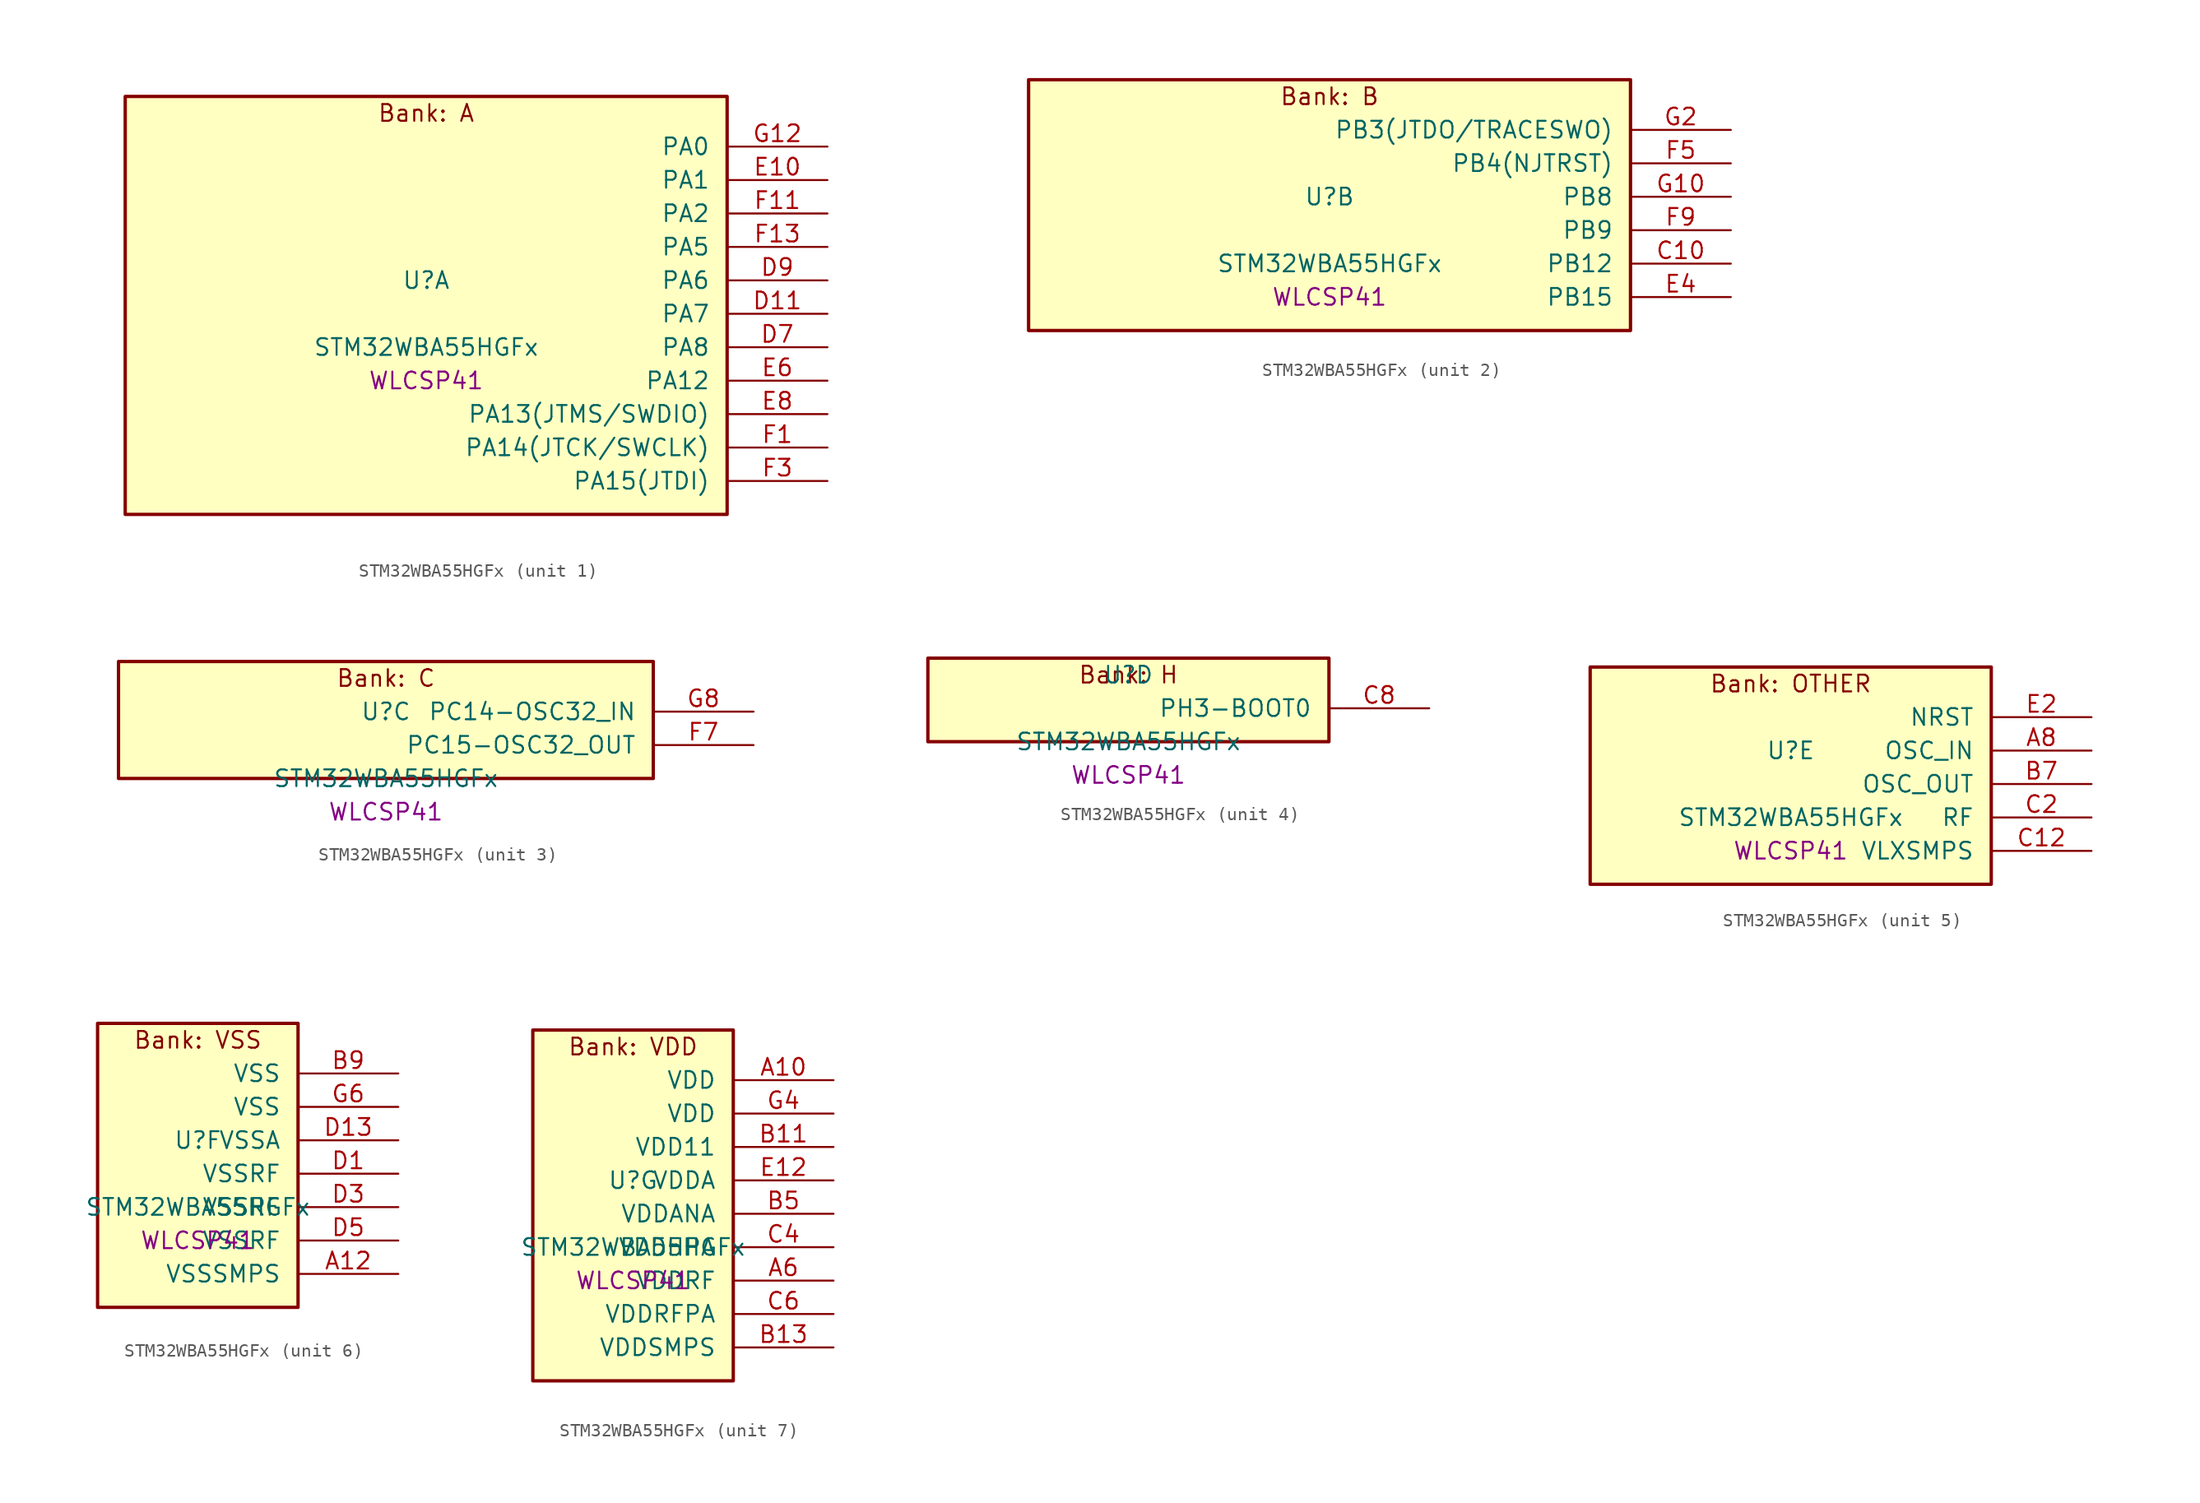
<source format=kicad_sym>
(kicad_symbol_lib
  (version 20241209)
  (generator "stm32_pkl_generator")
  (generator_version "1.0")
  (symbol "STM32WBA55HGFx"
    (pin_names
      (offset 1.27))
    (property "Reference" "U"
      (at 0 2.54 0))
    (property "Value" "STM32WBA55HGFx"
      (at 0 -2.54 0))
    (property "Footprint" "WLCSP41"
      (at 0 -5.08 0))
    (symbol "STM32WBA55HGFx_1_1"
      (rectangle (start -22.86 16.51) (end 22.86 -15.24) (stroke (width 0.254) (type solid)) (fill (type background)))
      (text "Bank: A" (at 0 15.24 0))
      (pin bidirectional line (at 30.48 12.7 180) (length 7.62) (name "PA0") (number "G12") (alternate "PA0/ADC4_IN9" bidirectional line) (alternate "PA0/COMP2_INP" bidirectional line) (alternate "PA0/LPTIM1_IN1" bidirectional line) (alternate "PA0/LPUART1_CTS" bidirectional line) (alternate "PA0/PWR_WKUP1" bidirectional line) (alternate "PA0/SPI3_SCK" bidirectional line) (alternate "PA0/TIM1_CH2N" bidirectional line) (alternate "PA0/TIM3_CH3" bidirectional line) (alternate "PA0/TIM3_ETR" bidirectional line) (alternate "PA0/TSC_G2_IO2" bidirectional line))
      (pin bidirectional line (at 30.48 10.16 180) (length 7.62) (name "PA1") (number "E10") (alternate "PA1/ADC4_IN8" bidirectional line) (alternate "PA1/COMP1_INM" bidirectional line) (alternate "PA1/LPTIM2_CH2" bidirectional line) (alternate "PA1/LPUART1_RX" bidirectional line) (alternate "PA1/PWR_WKUP3" bidirectional line) (alternate "PA1/SAI1_CK1" bidirectional line) (alternate "PA1/SPI1_RDY" bidirectional line) (alternate "PA1/TIM17_CH1" bidirectional line) (alternate "PA1/TIM1_CH1N" bidirectional line) (alternate "PA1/TIM3_CH2" bidirectional line) (alternate "PA1/TSC_G2_IO1" bidirectional line) (alternate "PA1/USART1_CK" bidirectional line))
      (pin bidirectional line (at 30.48 7.62 180) (length 7.62) (name "PA2") (number "F11") (alternate "PA2/ADC4_IN7" bidirectional line) (alternate "PA2/COMP1_INP" bidirectional line) (alternate "PA2/LPUART1_TX" bidirectional line) (alternate "PA2/PWR_WKUP4" bidirectional line) (alternate "PA2/RCC_LSCO" bidirectional line) (alternate "PA2/SAI1_D1" bidirectional line) (alternate "PA2/TIM16_CH1" bidirectional line) (alternate "PA2/TIM1_BKIN" bidirectional line) (alternate "PA2/TIM3_CH1" bidirectional line) (alternate "PA2/TSC_G4_IO4" bidirectional line) (alternate "PA2/USART1_DE" bidirectional line) (alternate "PA2/USART1_RTS" bidirectional line))
      (pin bidirectional line (at 30.48 5.08 180) (length 7.62) (name "PA5") (number "F13") (alternate "PA5/ADC4_IN4" bidirectional line) (alternate "PA5/AUDIOCLK" bidirectional line) (alternate "PA5/LPTIM2_ETR" bidirectional line) (alternate "PA5/PWR_CSLEEP" bidirectional line) (alternate "PA5/PWR_WKUP6" bidirectional line) (alternate "PA5/SAI1_D2" bidirectional line) (alternate "PA5/SPI3_NSS" bidirectional line) (alternate "PA5/TIM2_CH1" bidirectional line) (alternate "PA5/TIM2_ETR" bidirectional line) (alternate "PA5/TSC_G1_IO4" bidirectional line) (alternate "PA5/USART1_CK" bidirectional line))
      (pin bidirectional line (at 30.48 2.54 180) (length 7.62) (name "PA6") (number "D9") (alternate "PA6/ADC4_IN3" bidirectional line) (alternate "PA6/I2C3_SCL" bidirectional line) (alternate "PA6/PWR_CSTOP" bidirectional line) (alternate "PA6/PWR_WKUP7" bidirectional line) (alternate "PA6/SAI1_CK2" bidirectional line) (alternate "PA6/SAI1_MCLK_A" bidirectional line) (alternate "PA6/SPI3_RDY" bidirectional line) (alternate "PA6/TIM2_CH4" bidirectional line) (alternate "PA6/TSC_G1_IO3" bidirectional line) (alternate "PA6/USART1_DE" bidirectional line) (alternate "PA6/USART1_RTS" bidirectional line))
      (pin bidirectional line (at 30.48 0 180) (length 7.62) (name "PA7") (number "D11") (alternate "PA7/ADC4_IN2" bidirectional line) (alternate "PA7/COMP1_OUT" bidirectional line) (alternate "PA7/I2C3_SDA" bidirectional line) (alternate "PA7/PWR_WKUP8" bidirectional line) (alternate "PA7/SAI1_SCK_A" bidirectional line) (alternate "PA7/TAMP_IN1" bidirectional line) (alternate "PA7/TAMP_OUT2" bidirectional line) (alternate "PA7/TIM2_CH3" bidirectional line) (alternate "PA7/TSC_G1_IO2" bidirectional line) (alternate "PA7/USART1_CTS" bidirectional line))
      (pin bidirectional line (at 30.48 -2.54 180) (length 7.62) (name "PA8") (number "D7") (alternate "PA8/ADC4_IN1" bidirectional line) (alternate "PA8/LPTIM1_CH2" bidirectional line) (alternate "PA8/RCC_MCO" bidirectional line) (alternate "PA8/SAI1_FS_A" bidirectional line) (alternate "PA8/SPI3_RDY" bidirectional line) (alternate "PA8/TIM2_CH2" bidirectional line) (alternate "PA8/TSC_G1_IO1" bidirectional line) (alternate "PA8/USART1_RX" bidirectional line))
      (pin bidirectional line (at 30.48 -5.08 180) (length 7.62) (name "PA12") (number "E6") (alternate "PA12/COMP2_OUT" bidirectional line) (alternate "PA12/PTA_STATUS" bidirectional line) (alternate "PA12/PWR_WKUP6" bidirectional line) (alternate "PA12/RF_ANTSW0" bidirectional line) (alternate "PA12/SPI1_NSS" bidirectional line) (alternate "PA12/TIM1_CH2" bidirectional line) (alternate "PA12/TSC_G3_IO4" bidirectional line) (alternate "PA12/USART2_TX" bidirectional line))
      (pin bidirectional line (at 30.48 -7.62 180) (length 7.62) (name "PA13(JTMS/SWDIO)") (number "E8") (alternate "PA13(JTMS/SWDIO)/DEBUG_JTMS-SWDIO" bidirectional line) (alternate "PA13(JTMS/SWDIO)/IR_OUT" bidirectional line) (alternate "PA13(JTMS/SWDIO)/PTA_PRIORITY" bidirectional line))
      (pin bidirectional line (at 30.48 -10.16 180) (length 7.62) (name "PA14(JTCK/SWCLK)") (number "F1") (alternate "PA14(JTCK/SWCLK)/COMP2_OUT" bidirectional line) (alternate "PA14(JTCK/SWCLK)/DEBUG_JTCK-SWCLK" bidirectional line) (alternate "PA14(JTCK/SWCLK)/PTA_STATUS" bidirectional line) (alternate "PA14(JTCK/SWCLK)/TAMP_IN3" bidirectional line) (alternate "PA14(JTCK/SWCLK)/TAMP_OUT6" bidirectional line) (alternate "PA14(JTCK/SWCLK)/USART2_TX" bidirectional line))
      (pin bidirectional line (at 30.48 -12.7 180) (length 7.62) (name "PA15(JTDI)") (number "F3") (alternate "PA15(JTDI)/ADC4_EXTI15" bidirectional line) (alternate "PA15(JTDI)/DEBUG_JTDI" bidirectional line) (alternate "PA15(JTDI)/I2C1_SCL" bidirectional line) (alternate "PA15(JTDI)/LPTIM1_CH2" bidirectional line) (alternate "PA15(JTDI)/PTA_STATUS" bidirectional line) (alternate "PA15(JTDI)/SPI1_MOSI" bidirectional line) (alternate "PA15(JTDI)/TIM17_BKIN" bidirectional line) (alternate "PA15(JTDI)/TIM1_ETR" bidirectional line) (alternate "PA15(JTDI)/TSC_G3_IO3" bidirectional line) (alternate "PA15(JTDI)/USART2_DE" bidirectional line) (alternate "PA15(JTDI)/USART2_RTS" bidirectional line)))
    (symbol "STM32WBA55HGFx_2_1"
      (rectangle (start -22.86 11.43) (end 22.86 -7.62) (stroke (width 0.254) (type solid)) (fill (type background)))
      (text "Bank: B" (at 0 10.16 0))
      (pin bidirectional line (at 30.48 7.62 180) (length 7.62) (name "PB3(JTDO/TRACESWO)") (number "G2") (alternate "PB3(JTDO/TRACESWO)/DEBUG_JTDO-SWO" bidirectional line) (alternate "PB3(JTDO/TRACESWO)/I2C1_SDA" bidirectional line) (alternate "PB3(JTDO/TRACESWO)/LPTIM1_IN2" bidirectional line) (alternate "PB3(JTDO/TRACESWO)/PTA_ACTIVE" bidirectional line) (alternate "PB3(JTDO/TRACESWO)/SPI1_MISO" bidirectional line) (alternate "PB3(JTDO/TRACESWO)/TIM17_CH1N" bidirectional line) (alternate "PB3(JTDO/TRACESWO)/TIM1_CH4" bidirectional line) (alternate "PB3(JTDO/TRACESWO)/TSC_G3_IO2" bidirectional line) (alternate "PB3(JTDO/TRACESWO)/USART2_CK" bidirectional line))
      (pin bidirectional line (at 30.48 5.08 180) (length 7.62) (name "PB4(NJTRST)") (number "F5") (alternate "PB4(NJTRST)/DEBUG_JTRST" bidirectional line) (alternate "PB4(NJTRST)/LPTIM2_IN2" bidirectional line) (alternate "PB4(NJTRST)/PTA_ACTIVE" bidirectional line) (alternate "PB4(NJTRST)/PTA_PRIORITY" bidirectional line) (alternate "PB4(NJTRST)/SAI1_MCLK_B" bidirectional line) (alternate "PB4(NJTRST)/SPI1_SCK" bidirectional line) (alternate "PB4(NJTRST)/TIM17_CH1" bidirectional line) (alternate "PB4(NJTRST)/TIM1_CH3" bidirectional line) (alternate "PB4(NJTRST)/TSC_G3_IO1" bidirectional line) (alternate "PB4(NJTRST)/USART2_RX" bidirectional line))
      (pin bidirectional line (at 30.48 2.54 180) (length 7.62) (name "PB8") (number "G10") (alternate "PB8/COMP1_OUT" bidirectional line) (alternate "PB8/LPTIM1_ETR" bidirectional line) (alternate "PB8/PWR_PVD_IN" bidirectional line) (alternate "PB8/SPI3_MOSI" bidirectional line) (alternate "PB8/TIM16_CH1N" bidirectional line) (alternate "PB8/TIM1_CH1" bidirectional line) (alternate "PB8/TIM3_ETR" bidirectional line) (alternate "PB8/TSC_G2_IO4" bidirectional line) (alternate "PB8/USART2_RX" bidirectional line))
      (pin bidirectional line (at 30.48 0 180) (length 7.62) (name "PB9") (number "F9") (alternate "PB9/ADC4_IN10" bidirectional line) (alternate "PB9/COMP2_INM" bidirectional line) (alternate "PB9/IR_OUT" bidirectional line) (alternate "PB9/LPTIM2_IN1" bidirectional line) (alternate "PB9/LPUART1_DE" bidirectional line) (alternate "PB9/LPUART1_RTS" bidirectional line) (alternate "PB9/PWR_WKUP8" bidirectional line) (alternate "PB9/SPI3_MISO" bidirectional line) (alternate "PB9/TIM16_CH1" bidirectional line) (alternate "PB9/TIM1_CH3N" bidirectional line) (alternate "PB9/TIM3_CH4" bidirectional line) (alternate "PB9/TSC_G2_IO3" bidirectional line))
      (pin bidirectional line (at 30.48 -2.54 180) (length 7.62) (name "PB12") (number "C10") (alternate "PB12/SAI1_SD_A" bidirectional line) (alternate "PB12/SPI1_RDY" bidirectional line) (alternate "PB12/TIM2_CH1" bidirectional line) (alternate "PB12/TIM2_ETR" bidirectional line) (alternate "PB12/TIM3_ETR" bidirectional line) (alternate "PB12/TSC_SYNC" bidirectional line) (alternate "PB12/USART1_TX" bidirectional line))
      (pin bidirectional line (at 30.48 -5.08 180) (length 7.62) (name "PB15") (number "E4") (alternate "PB15/ADC4_EXTI15" bidirectional line) (alternate "PB15/I2C1_SMBA" bidirectional line) (alternate "PB15/I2C3_SMBA" bidirectional line) (alternate "PB15/LPUART1_CTS" bidirectional line) (alternate "PB15/PTA_GRANT" bidirectional line) (alternate "PB15/RF_EXTPABYP" bidirectional line) (alternate "PB15/TIM16_BKIN" bidirectional line) (alternate "PB15/TIM1_BKIN2" bidirectional line) (alternate "PB15/USART2_CTS" bidirectional line)))
    (symbol "STM32WBA55HGFx_3_1"
      (rectangle (start -20.32 6.35) (end 20.32 -2.54) (stroke (width 0.254) (type solid)) (fill (type background)))
      (text "Bank: C" (at 0 5.08 0))
      (pin bidirectional line (at 27.94 2.54 180) (length 7.62) (name "PC14-OSC32_IN") (number "G8") (alternate "PC14-OSC32_IN/RCC_OSC32_IN" bidirectional line))
      (pin bidirectional line (at 27.94 0 180) (length 7.62) (name "PC15-OSC32_OUT") (number "F7") (alternate "PC15-OSC32_OUT/ADC4_EXTI15" bidirectional line) (alternate "PC15-OSC32_OUT/RCC_OSC32_OUT" bidirectional line)))
    (symbol "STM32WBA55HGFx_4_1"
      (rectangle (start -15.24 3.81) (end 15.24 -2.54) (stroke (width 0.254) (type solid)) (fill (type background)))
      (text "Bank: H" (at 0 2.54 0))
      (pin bidirectional line (at 22.86 0 180) (length 7.62) (name "PH3-BOOT0") (number "C8") (alternate "PH3-BOOT0/PTA_GRANT" bidirectional line) (alternate "PH3-BOOT0/RF_EXTPABYP" bidirectional line) (alternate "PH3-BOOT0/TAMP_IN2" bidirectional line) (alternate "PH3-BOOT0/TAMP_OUT1" bidirectional line)))
    (symbol "STM32WBA55HGFx_5_1"
      (rectangle (start -15.24 8.89) (end 15.24 -7.62) (stroke (width 0.254) (type solid)) (fill (type background)))
      (text "Bank: OTHER" (at 0 7.62 0))
      (pin input line (at 22.86 5.08 180) (length 7.62) (name "NRST") (number "E2"))
      (pin bidirectional line (at 22.86 2.54 180) (length 7.62) (name "OSC_IN") (number "A8") (alternate "OSC_IN/RCC_OSC_IN" bidirectional line))
      (pin bidirectional line (at 22.86 0 180) (length 7.62) (name "OSC_OUT") (number "B7") (alternate "OSC_OUT/RCC_OSC_OUT" bidirectional line))
      (pin bidirectional line (at 22.86 -2.54 180) (length 7.62) (name "RF") (number "C2"))
      (pin power_in line (at 22.86 -5.08 180) (length 7.62) (name "VLXSMPS") (number "C12")))
    (symbol "STM32WBA55HGFx_6_1"
      (rectangle (start -7.62 11.43) (end 7.62 -10.16) (stroke (width 0.254) (type solid)) (fill (type background)))
      (text "Bank: VSS" (at 0 10.16 0))
      (pin power_in line (at 15.24 7.62 180) (length 7.62) (name "VSS") (number "B9"))
      (pin power_in line (at 15.24 5.08 180) (length 7.62) (name "VSS") (number "G6"))
      (pin power_in line (at 15.24 2.54 180) (length 7.62) (name "VSSA") (number "D13"))
      (pin power_in line (at 15.24 0 180) (length 7.62) (name "VSSRF") (number "D1"))
      (pin power_in line (at 15.24 -2.54 180) (length 7.62) (name "VSSRF") (number "D3"))
      (pin power_in line (at 15.24 -5.08 180) (length 7.62) (name "VSSRF") (number "D5"))
      (pin power_in line (at 15.24 -7.62 180) (length 7.62) (name "VSSSMPS") (number "A12")))
    (symbol "STM32WBA55HGFx_7_1"
      (rectangle (start -7.62 13.97) (end 7.62 -12.7) (stroke (width 0.254) (type solid)) (fill (type background)))
      (text "Bank: VDD" (at 0 12.7 0))
      (pin power_in line (at 15.24 10.16 180) (length 7.62) (name "VDD") (number "A10"))
      (pin power_in line (at 15.24 7.62 180) (length 7.62) (name "VDD") (number "G4"))
      (pin power_in line (at 15.24 5.08 180) (length 7.62) (name "VDD11") (number "B11"))
      (pin power_in line (at 15.24 2.54 180) (length 7.62) (name "VDDA") (number "E12"))
      (pin power_in line (at 15.24 0 180) (length 7.62) (name "VDDANA") (number "B5"))
      (pin power_in line (at 15.24 -2.54 180) (length 7.62) (name "VDDHPA") (number "C4"))
      (pin power_in line (at 15.24 -5.08 180) (length 7.62) (name "VDDRF") (number "A6"))
      (pin power_in line (at 15.24 -7.62 180) (length 7.62) (name "VDDRFPA") (number "C6"))
      (pin power_in line (at 15.24 -10.16 180) (length 7.62) (name "VDDSMPS") (number "B13")))))
</source>
